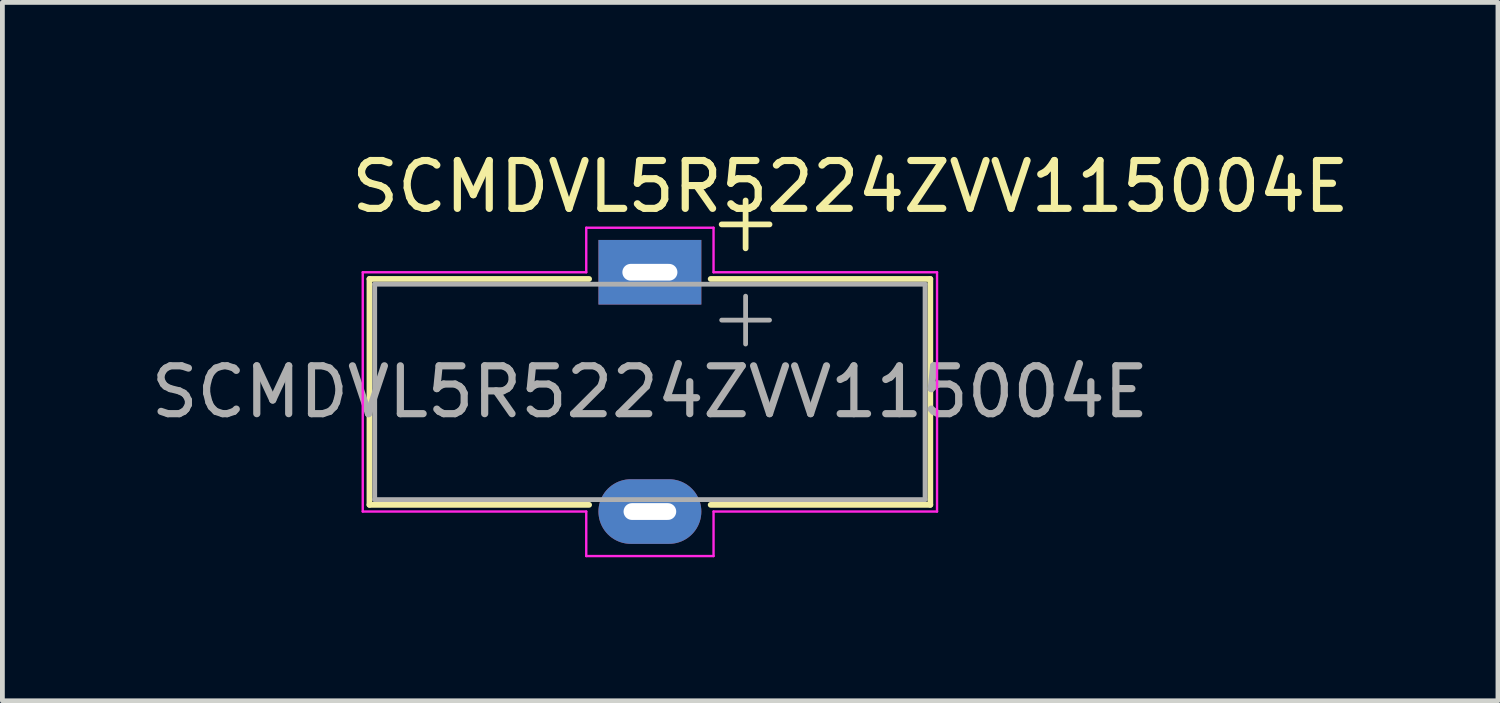
<source format=kicad_pcb>
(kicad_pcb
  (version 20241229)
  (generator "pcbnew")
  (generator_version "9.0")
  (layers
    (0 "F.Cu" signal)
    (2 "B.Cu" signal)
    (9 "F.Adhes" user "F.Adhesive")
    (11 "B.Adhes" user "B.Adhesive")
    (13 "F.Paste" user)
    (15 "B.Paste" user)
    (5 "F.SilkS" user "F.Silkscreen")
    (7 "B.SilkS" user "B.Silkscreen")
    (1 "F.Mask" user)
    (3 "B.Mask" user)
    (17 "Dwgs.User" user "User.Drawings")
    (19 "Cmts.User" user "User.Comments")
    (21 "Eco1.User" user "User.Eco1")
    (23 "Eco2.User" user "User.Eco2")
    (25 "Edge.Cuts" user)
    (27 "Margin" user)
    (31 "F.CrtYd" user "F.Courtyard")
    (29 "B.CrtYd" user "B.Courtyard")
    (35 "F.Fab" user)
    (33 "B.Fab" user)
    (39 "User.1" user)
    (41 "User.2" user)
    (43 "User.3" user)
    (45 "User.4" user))
  (footprint "SCMDVL5R5224ZVV115004E"
    (layer "F.Cu")
    (at 10.53 2.639)
    (property "Reference" "SCMDVL5R5224ZVV115004E" (at 4.191 -1.79 0) (layer "F.SilkS") (effects (font (size 1 1) (thickness 0.15))))
    (attr through_hole)
    (fp_line (start -5.86 0.14) (end -5.86 4.86) (stroke (width 0.12) (type solid)) (layer "F.SilkS"))
    (fp_line (start -5.86 0.14) (end -1.27 0.14) (stroke (width 0.12) (type solid)) (layer "F.SilkS"))
    (fp_line (start -1.27 4.86) (end -5.86 4.86) (stroke (width 0.12) (type solid)) (layer "F.SilkS"))
    (fp_line (start 1.27 0.14) (end 5.86 0.14) (stroke (width 0.12) (type solid)) (layer "F.SilkS"))
    (fp_line (start 1.5 -1) (end 2.5 -1) (stroke (width 0.12) (type solid)) (layer "F.SilkS"))
    (fp_line (start 2 -1.5) (end 2 -0.5) (stroke (width 0.12) (type solid)) (layer "F.SilkS"))
    (fp_line (start 5.86 0.14) (end 5.86 4.86) (stroke (width 0.12) (type solid)) (layer "F.SilkS"))
    (fp_line (start 5.86 4.86) (end 1.27 4.86) (stroke (width 0.12) (type solid)) (layer "F.SilkS"))
    (fp_line (start -6 0) (end -6 5) (stroke (width 0.05) (type solid)) (layer "F.CrtYd"))
    (fp_line (start -1.33 -0.93) (end -1.33 0) (stroke (width 0.05) (type solid)) (layer "F.CrtYd"))
    (fp_line (start -1.33 0) (end -6 0) (stroke (width 0.05) (type solid)) (layer "F.CrtYd"))
    (fp_line (start -1.33 5) (end -6 5) (stroke (width 0.05) (type solid)) (layer "F.CrtYd"))
    (fp_line (start -1.33 5) (end -1.33 5.93) (stroke (width 0.05) (type solid)) (layer "F.CrtYd"))
    (fp_line (start -1.33 5.93) (end 1.33 5.93) (stroke (width 0.05) (type solid)) (layer "F.CrtYd"))
    (fp_line (start 1.33 -0.93) (end -1.33 -0.93) (stroke (width 0.05) (type solid)) (layer "F.CrtYd"))
    (fp_line (start 1.33 0) (end 1.33 -0.93) (stroke (width 0.05) (type solid)) (layer "F.CrtYd"))
    (fp_line (start 1.33 0) (end 6 0) (stroke (width 0.05) (type solid)) (layer "F.CrtYd"))
    (fp_line (start 1.33 5) (end 1.33 5.93) (stroke (width 0.05) (type solid)) (layer "F.CrtYd"))
    (fp_line (start 6 0) (end 6 5) (stroke (width 0.05) (type solid)) (layer "F.CrtYd"))
    (fp_line (start 6 5) (end 1.33 5) (stroke (width 0.05) (type solid)) (layer "F.CrtYd"))
    (fp_line (start -5.75 0.25) (end -5.75 4.75) (stroke (width 0.1) (type solid)) (layer "F.Fab"))
    (fp_line (start -5.75 0.25) (end 5.75 0.25) (stroke (width 0.1) (type solid)) (layer "F.Fab"))
    (fp_line (start -5.75 4.75) (end 5.75 4.75) (stroke (width 0.1) (type solid)) (layer "F.Fab"))
    (fp_line (start 1.5 1) (end 2.5 1) (stroke (width 0.1) (type solid)) (layer "F.Fab"))
    (fp_line (start 2 0.5) (end 2 1.5) (stroke (width 0.1) (type solid)) (layer "F.Fab"))
    (fp_line (start 5.75 0.25) (end 5.75 4.75) (stroke (width 0.1) (type solid)) (layer "F.Fab"))
    (fp_text user "${REFERENCE}" (at 0 2.5 0) (layer "F.Fab") (effects (font (size 1 1) (thickness 0.15))))
    (pad "1" thru_hole rect (at 0 0) (size 2.15 1.35) (drill oval 1.15 0.35) (layers "*.Cu" "*.Mask"))
    (pad "2" thru_hole oval (at 0 5) (size 2.15 1.35) (drill oval 1.1 0.35) (layers "*.Cu" "*.Mask")))
  (gr_rect
    (start -3 -3)
    (end 28.251 11.594)
    (stroke (width 0.1) (type default))
    (fill no)
    (layer "Edge.Cuts")))
</source>
